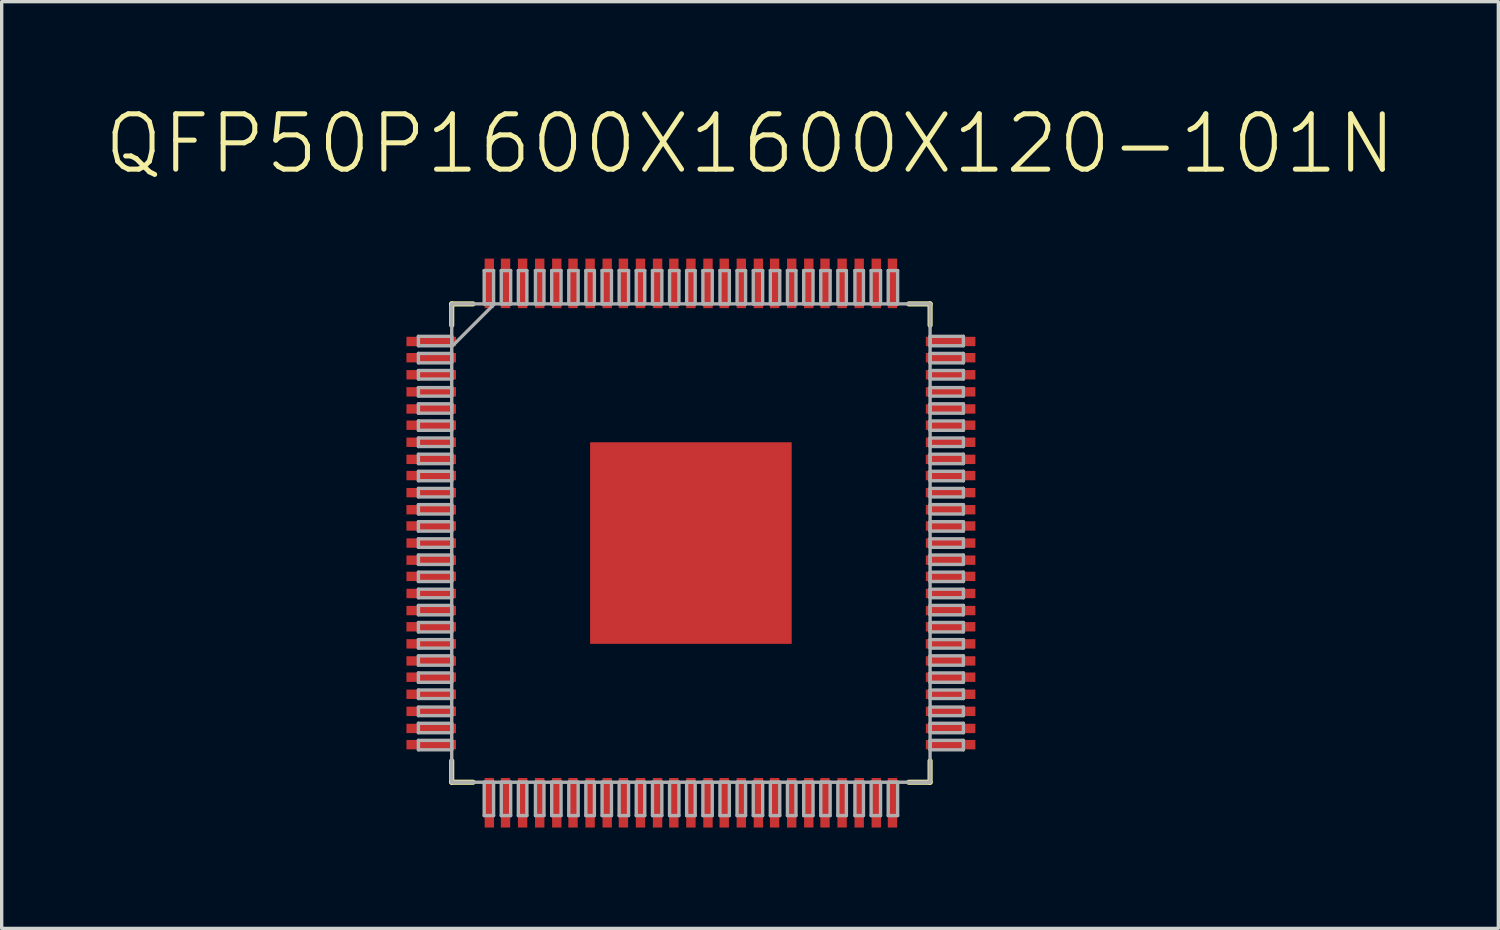
<source format=kicad_pcb>
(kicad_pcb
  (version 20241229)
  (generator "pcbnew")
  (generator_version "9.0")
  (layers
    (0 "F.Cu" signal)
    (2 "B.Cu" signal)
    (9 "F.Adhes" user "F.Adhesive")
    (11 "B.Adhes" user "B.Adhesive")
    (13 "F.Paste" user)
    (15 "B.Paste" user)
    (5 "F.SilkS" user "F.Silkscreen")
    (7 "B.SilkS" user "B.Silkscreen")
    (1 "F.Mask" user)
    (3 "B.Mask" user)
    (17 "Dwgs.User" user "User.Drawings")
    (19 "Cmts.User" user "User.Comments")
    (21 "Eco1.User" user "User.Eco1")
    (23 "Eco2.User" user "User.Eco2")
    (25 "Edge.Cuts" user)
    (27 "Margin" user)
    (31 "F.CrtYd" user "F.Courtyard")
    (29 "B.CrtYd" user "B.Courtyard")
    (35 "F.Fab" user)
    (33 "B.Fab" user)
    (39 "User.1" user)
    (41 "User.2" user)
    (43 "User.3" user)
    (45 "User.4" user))
  (footprint "QFP50P1600X1600X120-101N"
    (layer "F.Cu")
    (at 17.494 13.098)
    (property "Reference" "QFP50P1600X1600X120-101N" (at 1.758 -11.872 0) (layer "F.SilkS") (effects (font (size 1.645 1.645) (thickness 0.15))))
    (attr through_hole)
    (fp_line (start -7.112 -7.112) (end -7.112 -6.477) (stroke (width 0.152) (type solid)) (layer "F.SilkS"))
    (fp_line (start -7.112 6.477) (end -7.112 7.112) (stroke (width 0.152) (type solid)) (layer "F.SilkS"))
    (fp_line (start -7.112 7.112) (end -6.477 7.112) (stroke (width 0.152) (type solid)) (layer "F.SilkS"))
    (fp_line (start -6.477 -7.112) (end -7.112 -7.112) (stroke (width 0.152) (type solid)) (layer "F.SilkS"))
    (fp_line (start 6.477 7.112) (end 7.112 7.112) (stroke (width 0.152) (type solid)) (layer "F.SilkS"))
    (fp_line (start 7.112 -7.112) (end 6.477 -7.112) (stroke (width 0.152) (type solid)) (layer "F.SilkS"))
    (fp_line (start 7.112 -6.477) (end 7.112 -7.112) (stroke (width 0.152) (type solid)) (layer "F.SilkS"))
    (fp_line (start 7.112 7.112) (end 7.112 6.477) (stroke (width 0.152) (type solid)) (layer "F.SilkS"))
    (fp_line (start -8.103 -6.147) (end -8.103 -5.867) (stroke (width 0.1) (type solid)) (layer "F.Fab"))
    (fp_line (start -8.103 -5.867) (end -7.112 -5.867) (stroke (width 0.1) (type solid)) (layer "F.Fab"))
    (fp_line (start -8.103 -5.639) (end -8.103 -5.359) (stroke (width 0.1) (type solid)) (layer "F.Fab"))
    (fp_line (start -8.103 -5.359) (end -7.112 -5.359) (stroke (width 0.1) (type solid)) (layer "F.Fab"))
    (fp_line (start -8.103 -5.131) (end -8.103 -4.877) (stroke (width 0.1) (type solid)) (layer "F.Fab"))
    (fp_line (start -8.103 -4.877) (end -7.112 -4.877) (stroke (width 0.1) (type solid)) (layer "F.Fab"))
    (fp_line (start -8.103 -4.623) (end -8.103 -4.369) (stroke (width 0.1) (type solid)) (layer "F.Fab"))
    (fp_line (start -8.103 -4.369) (end -7.112 -4.369) (stroke (width 0.1) (type solid)) (layer "F.Fab"))
    (fp_line (start -8.103 -4.14) (end -8.103 -3.861) (stroke (width 0.1) (type solid)) (layer "F.Fab"))
    (fp_line (start -8.103 -3.861) (end -7.112 -3.861) (stroke (width 0.1) (type solid)) (layer "F.Fab"))
    (fp_line (start -8.103 -3.632) (end -8.103 -3.353) (stroke (width 0.1) (type solid)) (layer "F.Fab"))
    (fp_line (start -8.103 -3.353) (end -7.112 -3.353) (stroke (width 0.1) (type solid)) (layer "F.Fab"))
    (fp_line (start -8.103 -3.124) (end -8.103 -2.87) (stroke (width 0.1) (type solid)) (layer "F.Fab"))
    (fp_line (start -8.103 -2.87) (end -7.112 -2.87) (stroke (width 0.1) (type solid)) (layer "F.Fab"))
    (fp_line (start -8.103 -2.642) (end -8.103 -2.362) (stroke (width 0.1) (type solid)) (layer "F.Fab"))
    (fp_line (start -8.103 -2.362) (end -7.112 -2.362) (stroke (width 0.1) (type solid)) (layer "F.Fab"))
    (fp_line (start -8.103 -2.134) (end -8.103 -1.854) (stroke (width 0.1) (type solid)) (layer "F.Fab"))
    (fp_line (start -8.103 -1.854) (end -7.112 -1.854) (stroke (width 0.1) (type solid)) (layer "F.Fab"))
    (fp_line (start -8.103 -1.626) (end -8.103 -1.372) (stroke (width 0.1) (type solid)) (layer "F.Fab"))
    (fp_line (start -8.103 -1.372) (end -7.112 -1.372) (stroke (width 0.1) (type solid)) (layer "F.Fab"))
    (fp_line (start -8.103 -1.143) (end -8.103 -0.864) (stroke (width 0.1) (type solid)) (layer "F.Fab"))
    (fp_line (start -8.103 -0.864) (end -7.112 -0.864) (stroke (width 0.1) (type solid)) (layer "F.Fab"))
    (fp_line (start -8.103 -0.635) (end -8.103 -0.356) (stroke (width 0.1) (type solid)) (layer "F.Fab"))
    (fp_line (start -8.103 -0.356) (end -7.112 -0.356) (stroke (width 0.1) (type solid)) (layer "F.Fab"))
    (fp_line (start -8.103 -0.127) (end -8.103 0.127) (stroke (width 0.1) (type solid)) (layer "F.Fab"))
    (fp_line (start -8.103 0.127) (end -7.112 0.127) (stroke (width 0.1) (type solid)) (layer "F.Fab"))
    (fp_line (start -8.103 0.356) (end -8.103 0.635) (stroke (width 0.1) (type solid)) (layer "F.Fab"))
    (fp_line (start -8.103 0.635) (end -7.112 0.635) (stroke (width 0.1) (type solid)) (layer "F.Fab"))
    (fp_line (start -8.103 0.864) (end -8.103 1.143) (stroke (width 0.1) (type solid)) (layer "F.Fab"))
    (fp_line (start -8.103 1.143) (end -7.112 1.143) (stroke (width 0.1) (type solid)) (layer "F.Fab"))
    (fp_line (start -8.103 1.372) (end -8.103 1.626) (stroke (width 0.1) (type solid)) (layer "F.Fab"))
    (fp_line (start -8.103 1.626) (end -7.112 1.626) (stroke (width 0.1) (type solid)) (layer "F.Fab"))
    (fp_line (start -8.103 1.854) (end -8.103 2.134) (stroke (width 0.1) (type solid)) (layer "F.Fab"))
    (fp_line (start -8.103 2.134) (end -7.112 2.134) (stroke (width 0.1) (type solid)) (layer "F.Fab"))
    (fp_line (start -8.103 2.362) (end -8.103 2.642) (stroke (width 0.1) (type solid)) (layer "F.Fab"))
    (fp_line (start -8.103 2.642) (end -7.112 2.642) (stroke (width 0.1) (type solid)) (layer "F.Fab"))
    (fp_line (start -8.103 2.87) (end -8.103 3.124) (stroke (width 0.1) (type solid)) (layer "F.Fab"))
    (fp_line (start -8.103 3.124) (end -7.112 3.124) (stroke (width 0.1) (type solid)) (layer "F.Fab"))
    (fp_line (start -8.103 3.353) (end -8.103 3.632) (stroke (width 0.1) (type solid)) (layer "F.Fab"))
    (fp_line (start -8.103 3.632) (end -7.112 3.632) (stroke (width 0.1) (type solid)) (layer "F.Fab"))
    (fp_line (start -8.103 3.861) (end -8.103 4.14) (stroke (width 0.1) (type solid)) (layer "F.Fab"))
    (fp_line (start -8.103 4.14) (end -7.112 4.14) (stroke (width 0.1) (type solid)) (layer "F.Fab"))
    (fp_line (start -8.103 4.369) (end -8.103 4.623) (stroke (width 0.1) (type solid)) (layer "F.Fab"))
    (fp_line (start -8.103 4.623) (end -7.112 4.623) (stroke (width 0.1) (type solid)) (layer "F.Fab"))
    (fp_line (start -8.103 4.877) (end -8.103 5.131) (stroke (width 0.1) (type solid)) (layer "F.Fab"))
    (fp_line (start -8.103 5.131) (end -7.112 5.131) (stroke (width 0.1) (type solid)) (layer "F.Fab"))
    (fp_line (start -8.103 5.359) (end -8.103 5.639) (stroke (width 0.1) (type solid)) (layer "F.Fab"))
    (fp_line (start -8.103 5.639) (end -7.112 5.639) (stroke (width 0.1) (type solid)) (layer "F.Fab"))
    (fp_line (start -8.103 5.867) (end -8.103 6.147) (stroke (width 0.1) (type solid)) (layer "F.Fab"))
    (fp_line (start -8.103 6.147) (end -7.112 6.147) (stroke (width 0.1) (type solid)) (layer "F.Fab"))
    (fp_line (start -7.112 -7.112) (end -7.112 7.112) (stroke (width 0.1) (type solid)) (layer "F.Fab"))
    (fp_line (start -7.112 -6.147) (end -8.103 -6.147) (stroke (width 0.1) (type solid)) (layer "F.Fab"))
    (fp_line (start -7.112 -5.867) (end -7.112 -6.147) (stroke (width 0.1) (type solid)) (layer "F.Fab"))
    (fp_line (start -7.112 -5.842) (end -5.842 -7.112) (stroke (width 0.1) (type solid)) (layer "F.Fab"))
    (fp_line (start -7.112 -5.639) (end -8.103 -5.639) (stroke (width 0.1) (type solid)) (layer "F.Fab"))
    (fp_line (start -7.112 -5.359) (end -7.112 -5.639) (stroke (width 0.1) (type solid)) (layer "F.Fab"))
    (fp_line (start -7.112 -5.131) (end -8.103 -5.131) (stroke (width 0.1) (type solid)) (layer "F.Fab"))
    (fp_line (start -7.112 -4.877) (end -7.112 -5.131) (stroke (width 0.1) (type solid)) (layer "F.Fab"))
    (fp_line (start -7.112 -4.623) (end -8.103 -4.623) (stroke (width 0.1) (type solid)) (layer "F.Fab"))
    (fp_line (start -7.112 -4.369) (end -7.112 -4.623) (stroke (width 0.1) (type solid)) (layer "F.Fab"))
    (fp_line (start -7.112 -4.14) (end -8.103 -4.14) (stroke (width 0.1) (type solid)) (layer "F.Fab"))
    (fp_line (start -7.112 -3.861) (end -7.112 -4.14) (stroke (width 0.1) (type solid)) (layer "F.Fab"))
    (fp_line (start -7.112 -3.632) (end -8.103 -3.632) (stroke (width 0.1) (type solid)) (layer "F.Fab"))
    (fp_line (start -7.112 -3.353) (end -7.112 -3.632) (stroke (width 0.1) (type solid)) (layer "F.Fab"))
    (fp_line (start -7.112 -3.124) (end -8.103 -3.124) (stroke (width 0.1) (type solid)) (layer "F.Fab"))
    (fp_line (start -7.112 -2.87) (end -7.112 -3.124) (stroke (width 0.1) (type solid)) (layer "F.Fab"))
    (fp_line (start -7.112 -2.642) (end -8.103 -2.642) (stroke (width 0.1) (type solid)) (layer "F.Fab"))
    (fp_line (start -7.112 -2.362) (end -7.112 -2.642) (stroke (width 0.1) (type solid)) (layer "F.Fab"))
    (fp_line (start -7.112 -2.134) (end -8.103 -2.134) (stroke (width 0.1) (type solid)) (layer "F.Fab"))
    (fp_line (start -7.112 -1.854) (end -7.112 -2.134) (stroke (width 0.1) (type solid)) (layer "F.Fab"))
    (fp_line (start -7.112 -1.626) (end -8.103 -1.626) (stroke (width 0.1) (type solid)) (layer "F.Fab"))
    (fp_line (start -7.112 -1.372) (end -7.112 -1.626) (stroke (width 0.1) (type solid)) (layer "F.Fab"))
    (fp_line (start -7.112 -1.143) (end -8.103 -1.143) (stroke (width 0.1) (type solid)) (layer "F.Fab"))
    (fp_line (start -7.112 -0.864) (end -7.112 -1.143) (stroke (width 0.1) (type solid)) (layer "F.Fab"))
    (fp_line (start -7.112 -0.635) (end -8.103 -0.635) (stroke (width 0.1) (type solid)) (layer "F.Fab"))
    (fp_line (start -7.112 -0.356) (end -7.112 -0.635) (stroke (width 0.1) (type solid)) (layer "F.Fab"))
    (fp_line (start -7.112 -0.127) (end -8.103 -0.127) (stroke (width 0.1) (type solid)) (layer "F.Fab"))
    (fp_line (start -7.112 0.127) (end -7.112 -0.127) (stroke (width 0.1) (type solid)) (layer "F.Fab"))
    (fp_line (start -7.112 0.356) (end -8.103 0.356) (stroke (width 0.1) (type solid)) (layer "F.Fab"))
    (fp_line (start -7.112 0.635) (end -7.112 0.356) (stroke (width 0.1) (type solid)) (layer "F.Fab"))
    (fp_line (start -7.112 0.864) (end -8.103 0.864) (stroke (width 0.1) (type solid)) (layer "F.Fab"))
    (fp_line (start -7.112 1.143) (end -7.112 0.864) (stroke (width 0.1) (type solid)) (layer "F.Fab"))
    (fp_line (start -7.112 1.372) (end -8.103 1.372) (stroke (width 0.1) (type solid)) (layer "F.Fab"))
    (fp_line (start -7.112 1.626) (end -7.112 1.372) (stroke (width 0.1) (type solid)) (layer "F.Fab"))
    (fp_line (start -7.112 1.854) (end -8.103 1.854) (stroke (width 0.1) (type solid)) (layer "F.Fab"))
    (fp_line (start -7.112 2.134) (end -7.112 1.854) (stroke (width 0.1) (type solid)) (layer "F.Fab"))
    (fp_line (start -7.112 2.362) (end -8.103 2.362) (stroke (width 0.1) (type solid)) (layer "F.Fab"))
    (fp_line (start -7.112 2.642) (end -7.112 2.362) (stroke (width 0.1) (type solid)) (layer "F.Fab"))
    (fp_line (start -7.112 2.87) (end -8.103 2.87) (stroke (width 0.1) (type solid)) (layer "F.Fab"))
    (fp_line (start -7.112 3.124) (end -7.112 2.87) (stroke (width 0.1) (type solid)) (layer "F.Fab"))
    (fp_line (start -7.112 3.353) (end -8.103 3.353) (stroke (width 0.1) (type solid)) (layer "F.Fab"))
    (fp_line (start -7.112 3.632) (end -7.112 3.353) (stroke (width 0.1) (type solid)) (layer "F.Fab"))
    (fp_line (start -7.112 3.861) (end -8.103 3.861) (stroke (width 0.1) (type solid)) (layer "F.Fab"))
    (fp_line (start -7.112 4.14) (end -7.112 3.861) (stroke (width 0.1) (type solid)) (layer "F.Fab"))
    (fp_line (start -7.112 4.369) (end -8.103 4.369) (stroke (width 0.1) (type solid)) (layer "F.Fab"))
    (fp_line (start -7.112 4.623) (end -7.112 4.369) (stroke (width 0.1) (type solid)) (layer "F.Fab"))
    (fp_line (start -7.112 4.877) (end -8.103 4.877) (stroke (width 0.1) (type solid)) (layer "F.Fab"))
    (fp_line (start -7.112 5.131) (end -7.112 4.877) (stroke (width 0.1) (type solid)) (layer "F.Fab"))
    (fp_line (start -7.112 5.359) (end -8.103 5.359) (stroke (width 0.1) (type solid)) (layer "F.Fab"))
    (fp_line (start -7.112 5.639) (end -7.112 5.359) (stroke (width 0.1) (type solid)) (layer "F.Fab"))
    (fp_line (start -7.112 5.867) (end -8.103 5.867) (stroke (width 0.1) (type solid)) (layer "F.Fab"))
    (fp_line (start -7.112 6.147) (end -7.112 5.867) (stroke (width 0.1) (type solid)) (layer "F.Fab"))
    (fp_line (start -7.112 7.112) (end 7.112 7.112) (stroke (width 0.1) (type solid)) (layer "F.Fab"))
    (fp_line (start -6.147 -8.103) (end -6.147 -7.112) (stroke (width 0.1) (type solid)) (layer "F.Fab"))
    (fp_line (start -6.147 -7.112) (end -5.867 -7.112) (stroke (width 0.1) (type solid)) (layer "F.Fab"))
    (fp_line (start -6.147 7.112) (end -6.147 8.103) (stroke (width 0.1) (type solid)) (layer "F.Fab"))
    (fp_line (start -6.147 8.103) (end -5.867 8.103) (stroke (width 0.1) (type solid)) (layer "F.Fab"))
    (fp_line (start -5.867 -8.103) (end -6.147 -8.103) (stroke (width 0.1) (type solid)) (layer "F.Fab"))
    (fp_line (start -5.867 -7.112) (end -5.867 -8.103) (stroke (width 0.1) (type solid)) (layer "F.Fab"))
    (fp_line (start -5.867 7.112) (end -6.147 7.112) (stroke (width 0.1) (type solid)) (layer "F.Fab"))
    (fp_line (start -5.867 8.103) (end -5.867 7.112) (stroke (width 0.1) (type solid)) (layer "F.Fab"))
    (fp_line (start -5.639 -8.103) (end -5.639 -7.112) (stroke (width 0.1) (type solid)) (layer "F.Fab"))
    (fp_line (start -5.639 -7.112) (end -5.359 -7.112) (stroke (width 0.1) (type solid)) (layer "F.Fab"))
    (fp_line (start -5.639 7.112) (end -5.639 8.103) (stroke (width 0.1) (type solid)) (layer "F.Fab"))
    (fp_line (start -5.639 8.103) (end -5.359 8.103) (stroke (width 0.1) (type solid)) (layer "F.Fab"))
    (fp_line (start -5.359 -8.103) (end -5.639 -8.103) (stroke (width 0.1) (type solid)) (layer "F.Fab"))
    (fp_line (start -5.359 -7.112) (end -5.359 -8.103) (stroke (width 0.1) (type solid)) (layer "F.Fab"))
    (fp_line (start -5.359 7.112) (end -5.639 7.112) (stroke (width 0.1) (type solid)) (layer "F.Fab"))
    (fp_line (start -5.359 8.103) (end -5.359 7.112) (stroke (width 0.1) (type solid)) (layer "F.Fab"))
    (fp_line (start -5.131 -8.103) (end -5.131 -7.112) (stroke (width 0.1) (type solid)) (layer "F.Fab"))
    (fp_line (start -5.131 -7.112) (end -4.877 -7.112) (stroke (width 0.1) (type solid)) (layer "F.Fab"))
    (fp_line (start -5.131 7.112) (end -5.131 8.103) (stroke (width 0.1) (type solid)) (layer "F.Fab"))
    (fp_line (start -5.131 8.103) (end -4.877 8.103) (stroke (width 0.1) (type solid)) (layer "F.Fab"))
    (fp_line (start -4.877 -8.103) (end -5.131 -8.103) (stroke (width 0.1) (type solid)) (layer "F.Fab"))
    (fp_line (start -4.877 -7.112) (end -4.877 -8.103) (stroke (width 0.1) (type solid)) (layer "F.Fab"))
    (fp_line (start -4.877 7.112) (end -5.131 7.112) (stroke (width 0.1) (type solid)) (layer "F.Fab"))
    (fp_line (start -4.877 8.103) (end -4.877 7.112) (stroke (width 0.1) (type solid)) (layer "F.Fab"))
    (fp_line (start -4.623 -8.103) (end -4.623 -7.112) (stroke (width 0.1) (type solid)) (layer "F.Fab"))
    (fp_line (start -4.623 -7.112) (end -4.369 -7.112) (stroke (width 0.1) (type solid)) (layer "F.Fab"))
    (fp_line (start -4.623 7.112) (end -4.623 8.103) (stroke (width 0.1) (type solid)) (layer "F.Fab"))
    (fp_line (start -4.623 8.103) (end -4.369 8.103) (stroke (width 0.1) (type solid)) (layer "F.Fab"))
    (fp_line (start -4.369 -8.103) (end -4.623 -8.103) (stroke (width 0.1) (type solid)) (layer "F.Fab"))
    (fp_line (start -4.369 -7.112) (end -4.369 -8.103) (stroke (width 0.1) (type solid)) (layer "F.Fab"))
    (fp_line (start -4.369 7.112) (end -4.623 7.112) (stroke (width 0.1) (type solid)) (layer "F.Fab"))
    (fp_line (start -4.369 8.103) (end -4.369 7.112) (stroke (width 0.1) (type solid)) (layer "F.Fab"))
    (fp_line (start -4.14 -8.103) (end -4.14 -7.112) (stroke (width 0.1) (type solid)) (layer "F.Fab"))
    (fp_line (start -4.14 -7.112) (end -3.861 -7.112) (stroke (width 0.1) (type solid)) (layer "F.Fab"))
    (fp_line (start -4.14 7.112) (end -4.14 8.103) (stroke (width 0.1) (type solid)) (layer "F.Fab"))
    (fp_line (start -4.14 8.103) (end -3.861 8.103) (stroke (width 0.1) (type solid)) (layer "F.Fab"))
    (fp_line (start -3.861 -8.103) (end -4.14 -8.103) (stroke (width 0.1) (type solid)) (layer "F.Fab"))
    (fp_line (start -3.861 -7.112) (end -3.861 -8.103) (stroke (width 0.1) (type solid)) (layer "F.Fab"))
    (fp_line (start -3.861 7.112) (end -4.14 7.112) (stroke (width 0.1) (type solid)) (layer "F.Fab"))
    (fp_line (start -3.861 8.103) (end -3.861 7.112) (stroke (width 0.1) (type solid)) (layer "F.Fab"))
    (fp_line (start -3.632 -8.103) (end -3.632 -7.112) (stroke (width 0.1) (type solid)) (layer "F.Fab"))
    (fp_line (start -3.632 -7.112) (end -3.353 -7.112) (stroke (width 0.1) (type solid)) (layer "F.Fab"))
    (fp_line (start -3.632 7.112) (end -3.632 8.103) (stroke (width 0.1) (type solid)) (layer "F.Fab"))
    (fp_line (start -3.632 8.103) (end -3.353 8.103) (stroke (width 0.1) (type solid)) (layer "F.Fab"))
    (fp_line (start -3.353 -8.103) (end -3.632 -8.103) (stroke (width 0.1) (type solid)) (layer "F.Fab"))
    (fp_line (start -3.353 -7.112) (end -3.353 -8.103) (stroke (width 0.1) (type solid)) (layer "F.Fab"))
    (fp_line (start -3.353 7.112) (end -3.632 7.112) (stroke (width 0.1) (type solid)) (layer "F.Fab"))
    (fp_line (start -3.353 8.103) (end -3.353 7.112) (stroke (width 0.1) (type solid)) (layer "F.Fab"))
    (fp_line (start -3.124 -8.103) (end -3.124 -7.112) (stroke (width 0.1) (type solid)) (layer "F.Fab"))
    (fp_line (start -3.124 -7.112) (end -2.87 -7.112) (stroke (width 0.1) (type solid)) (layer "F.Fab"))
    (fp_line (start -3.124 7.112) (end -3.124 8.103) (stroke (width 0.1) (type solid)) (layer "F.Fab"))
    (fp_line (start -3.124 8.103) (end -2.87 8.103) (stroke (width 0.1) (type solid)) (layer "F.Fab"))
    (fp_line (start -2.87 -8.103) (end -3.124 -8.103) (stroke (width 0.1) (type solid)) (layer "F.Fab"))
    (fp_line (start -2.87 -7.112) (end -2.87 -8.103) (stroke (width 0.1) (type solid)) (layer "F.Fab"))
    (fp_line (start -2.87 7.112) (end -3.124 7.112) (stroke (width 0.1) (type solid)) (layer "F.Fab"))
    (fp_line (start -2.87 8.103) (end -2.87 7.112) (stroke (width 0.1) (type solid)) (layer "F.Fab"))
    (fp_line (start -2.642 -8.103) (end -2.642 -7.112) (stroke (width 0.1) (type solid)) (layer "F.Fab"))
    (fp_line (start -2.642 -7.112) (end -2.362 -7.112) (stroke (width 0.1) (type solid)) (layer "F.Fab"))
    (fp_line (start -2.642 7.112) (end -2.642 8.103) (stroke (width 0.1) (type solid)) (layer "F.Fab"))
    (fp_line (start -2.642 8.103) (end -2.362 8.103) (stroke (width 0.1) (type solid)) (layer "F.Fab"))
    (fp_line (start -2.362 -8.103) (end -2.642 -8.103) (stroke (width 0.1) (type solid)) (layer "F.Fab"))
    (fp_line (start -2.362 -7.112) (end -2.362 -8.103) (stroke (width 0.1) (type solid)) (layer "F.Fab"))
    (fp_line (start -2.362 7.112) (end -2.642 7.112) (stroke (width 0.1) (type solid)) (layer "F.Fab"))
    (fp_line (start -2.362 8.103) (end -2.362 7.112) (stroke (width 0.1) (type solid)) (layer "F.Fab"))
    (fp_line (start -2.134 -8.103) (end -2.134 -7.112) (stroke (width 0.1) (type solid)) (layer "F.Fab"))
    (fp_line (start -2.134 -7.112) (end -1.854 -7.112) (stroke (width 0.1) (type solid)) (layer "F.Fab"))
    (fp_line (start -2.134 7.112) (end -2.134 8.103) (stroke (width 0.1) (type solid)) (layer "F.Fab"))
    (fp_line (start -2.134 8.103) (end -1.854 8.103) (stroke (width 0.1) (type solid)) (layer "F.Fab"))
    (fp_line (start -1.854 -8.103) (end -2.134 -8.103) (stroke (width 0.1) (type solid)) (layer "F.Fab"))
    (fp_line (start -1.854 -7.112) (end -1.854 -8.103) (stroke (width 0.1) (type solid)) (layer "F.Fab"))
    (fp_line (start -1.854 7.112) (end -2.134 7.112) (stroke (width 0.1) (type solid)) (layer "F.Fab"))
    (fp_line (start -1.854 8.103) (end -1.854 7.112) (stroke (width 0.1) (type solid)) (layer "F.Fab"))
    (fp_line (start -1.626 -8.103) (end -1.626 -7.112) (stroke (width 0.1) (type solid)) (layer "F.Fab"))
    (fp_line (start -1.626 -7.112) (end -1.372 -7.112) (stroke (width 0.1) (type solid)) (layer "F.Fab"))
    (fp_line (start -1.626 7.112) (end -1.626 8.103) (stroke (width 0.1) (type solid)) (layer "F.Fab"))
    (fp_line (start -1.626 8.103) (end -1.372 8.103) (stroke (width 0.1) (type solid)) (layer "F.Fab"))
    (fp_line (start -1.372 -8.103) (end -1.626 -8.103) (stroke (width 0.1) (type solid)) (layer "F.Fab"))
    (fp_line (start -1.372 -7.112) (end -1.372 -8.103) (stroke (width 0.1) (type solid)) (layer "F.Fab"))
    (fp_line (start -1.372 7.112) (end -1.626 7.112) (stroke (width 0.1) (type solid)) (layer "F.Fab"))
    (fp_line (start -1.372 8.103) (end -1.372 7.112) (stroke (width 0.1) (type solid)) (layer "F.Fab"))
    (fp_line (start -1.143 -8.103) (end -1.143 -7.112) (stroke (width 0.1) (type solid)) (layer "F.Fab"))
    (fp_line (start -1.143 -7.112) (end -0.864 -7.112) (stroke (width 0.1) (type solid)) (layer "F.Fab"))
    (fp_line (start -1.143 7.112) (end -1.143 8.103) (stroke (width 0.1) (type solid)) (layer "F.Fab"))
    (fp_line (start -1.143 8.103) (end -0.864 8.103) (stroke (width 0.1) (type solid)) (layer "F.Fab"))
    (fp_line (start -0.864 -8.103) (end -1.143 -8.103) (stroke (width 0.1) (type solid)) (layer "F.Fab"))
    (fp_line (start -0.864 -7.112) (end -0.864 -8.103) (stroke (width 0.1) (type solid)) (layer "F.Fab"))
    (fp_line (start -0.864 7.112) (end -1.143 7.112) (stroke (width 0.1) (type solid)) (layer "F.Fab"))
    (fp_line (start -0.864 8.103) (end -0.864 7.112) (stroke (width 0.1) (type solid)) (layer "F.Fab"))
    (fp_line (start -0.635 -8.103) (end -0.635 -7.112) (stroke (width 0.1) (type solid)) (layer "F.Fab"))
    (fp_line (start -0.635 -7.112) (end -0.356 -7.112) (stroke (width 0.1) (type solid)) (layer "F.Fab"))
    (fp_line (start -0.635 7.112) (end -0.635 8.103) (stroke (width 0.1) (type solid)) (layer "F.Fab"))
    (fp_line (start -0.635 8.103) (end -0.356 8.103) (stroke (width 0.1) (type solid)) (layer "F.Fab"))
    (fp_line (start -0.356 -8.103) (end -0.635 -8.103) (stroke (width 0.1) (type solid)) (layer "F.Fab"))
    (fp_line (start -0.356 -7.112) (end -0.356 -8.103) (stroke (width 0.1) (type solid)) (layer "F.Fab"))
    (fp_line (start -0.356 7.112) (end -0.635 7.112) (stroke (width 0.1) (type solid)) (layer "F.Fab"))
    (fp_line (start -0.356 8.103) (end -0.356 7.112) (stroke (width 0.1) (type solid)) (layer "F.Fab"))
    (fp_line (start -0.127 -8.103) (end -0.127 -7.112) (stroke (width 0.1) (type solid)) (layer "F.Fab"))
    (fp_line (start -0.127 -7.112) (end 0.127 -7.112) (stroke (width 0.1) (type solid)) (layer "F.Fab"))
    (fp_line (start -0.127 7.112) (end -0.127 8.103) (stroke (width 0.1) (type solid)) (layer "F.Fab"))
    (fp_line (start -0.127 8.103) (end 0.127 8.103) (stroke (width 0.1) (type solid)) (layer "F.Fab"))
    (fp_line (start 0.127 -8.103) (end -0.127 -8.103) (stroke (width 0.1) (type solid)) (layer "F.Fab"))
    (fp_line (start 0.127 -7.112) (end 0.127 -8.103) (stroke (width 0.1) (type solid)) (layer "F.Fab"))
    (fp_line (start 0.127 7.112) (end -0.127 7.112) (stroke (width 0.1) (type solid)) (layer "F.Fab"))
    (fp_line (start 0.127 8.103) (end 0.127 7.112) (stroke (width 0.1) (type solid)) (layer "F.Fab"))
    (fp_line (start 0.356 -8.103) (end 0.356 -7.112) (stroke (width 0.1) (type solid)) (layer "F.Fab"))
    (fp_line (start 0.356 -7.112) (end 0.635 -7.112) (stroke (width 0.1) (type solid)) (layer "F.Fab"))
    (fp_line (start 0.356 7.112) (end 0.356 8.103) (stroke (width 0.1) (type solid)) (layer "F.Fab"))
    (fp_line (start 0.356 8.103) (end 0.635 8.103) (stroke (width 0.1) (type solid)) (layer "F.Fab"))
    (fp_line (start 0.635 -8.103) (end 0.356 -8.103) (stroke (width 0.1) (type solid)) (layer "F.Fab"))
    (fp_line (start 0.635 -7.112) (end 0.635 -8.103) (stroke (width 0.1) (type solid)) (layer "F.Fab"))
    (fp_line (start 0.635 7.112) (end 0.356 7.112) (stroke (width 0.1) (type solid)) (layer "F.Fab"))
    (fp_line (start 0.635 8.103) (end 0.635 7.112) (stroke (width 0.1) (type solid)) (layer "F.Fab"))
    (fp_line (start 0.864 -8.103) (end 0.864 -7.112) (stroke (width 0.1) (type solid)) (layer "F.Fab"))
    (fp_line (start 0.864 -7.112) (end 1.143 -7.112) (stroke (width 0.1) (type solid)) (layer "F.Fab"))
    (fp_line (start 0.864 7.112) (end 0.864 8.103) (stroke (width 0.1) (type solid)) (layer "F.Fab"))
    (fp_line (start 0.864 8.103) (end 1.143 8.103) (stroke (width 0.1) (type solid)) (layer "F.Fab"))
    (fp_line (start 1.143 -8.103) (end 0.864 -8.103) (stroke (width 0.1) (type solid)) (layer "F.Fab"))
    (fp_line (start 1.143 -7.112) (end 1.143 -8.103) (stroke (width 0.1) (type solid)) (layer "F.Fab"))
    (fp_line (start 1.143 7.112) (end 0.864 7.112) (stroke (width 0.1) (type solid)) (layer "F.Fab"))
    (fp_line (start 1.143 8.103) (end 1.143 7.112) (stroke (width 0.1) (type solid)) (layer "F.Fab"))
    (fp_line (start 1.372 -8.103) (end 1.372 -7.112) (stroke (width 0.1) (type solid)) (layer "F.Fab"))
    (fp_line (start 1.372 -7.112) (end 1.626 -7.112) (stroke (width 0.1) (type solid)) (layer "F.Fab"))
    (fp_line (start 1.372 7.112) (end 1.372 8.103) (stroke (width 0.1) (type solid)) (layer "F.Fab"))
    (fp_line (start 1.372 8.103) (end 1.626 8.103) (stroke (width 0.1) (type solid)) (layer "F.Fab"))
    (fp_line (start 1.626 -8.103) (end 1.372 -8.103) (stroke (width 0.1) (type solid)) (layer "F.Fab"))
    (fp_line (start 1.626 -7.112) (end 1.626 -8.103) (stroke (width 0.1) (type solid)) (layer "F.Fab"))
    (fp_line (start 1.626 7.112) (end 1.372 7.112) (stroke (width 0.1) (type solid)) (layer "F.Fab"))
    (fp_line (start 1.626 8.103) (end 1.626 7.112) (stroke (width 0.1) (type solid)) (layer "F.Fab"))
    (fp_line (start 1.854 -8.103) (end 1.854 -7.112) (stroke (width 0.1) (type solid)) (layer "F.Fab"))
    (fp_line (start 1.854 -7.112) (end 2.134 -7.112) (stroke (width 0.1) (type solid)) (layer "F.Fab"))
    (fp_line (start 1.854 7.112) (end 1.854 8.103) (stroke (width 0.1) (type solid)) (layer "F.Fab"))
    (fp_line (start 1.854 8.103) (end 2.134 8.103) (stroke (width 0.1) (type solid)) (layer "F.Fab"))
    (fp_line (start 2.134 -8.103) (end 1.854 -8.103) (stroke (width 0.1) (type solid)) (layer "F.Fab"))
    (fp_line (start 2.134 -7.112) (end 2.134 -8.103) (stroke (width 0.1) (type solid)) (layer "F.Fab"))
    (fp_line (start 2.134 7.112) (end 1.854 7.112) (stroke (width 0.1) (type solid)) (layer "F.Fab"))
    (fp_line (start 2.134 8.103) (end 2.134 7.112) (stroke (width 0.1) (type solid)) (layer "F.Fab"))
    (fp_line (start 2.362 -8.103) (end 2.362 -7.112) (stroke (width 0.1) (type solid)) (layer "F.Fab"))
    (fp_line (start 2.362 -7.112) (end 2.642 -7.112) (stroke (width 0.1) (type solid)) (layer "F.Fab"))
    (fp_line (start 2.362 7.112) (end 2.362 8.103) (stroke (width 0.1) (type solid)) (layer "F.Fab"))
    (fp_line (start 2.362 8.103) (end 2.642 8.103) (stroke (width 0.1) (type solid)) (layer "F.Fab"))
    (fp_line (start 2.642 -8.103) (end 2.362 -8.103) (stroke (width 0.1) (type solid)) (layer "F.Fab"))
    (fp_line (start 2.642 -7.112) (end 2.642 -8.103) (stroke (width 0.1) (type solid)) (layer "F.Fab"))
    (fp_line (start 2.642 7.112) (end 2.362 7.112) (stroke (width 0.1) (type solid)) (layer "F.Fab"))
    (fp_line (start 2.642 8.103) (end 2.642 7.112) (stroke (width 0.1) (type solid)) (layer "F.Fab"))
    (fp_line (start 2.87 -8.103) (end 2.87 -7.112) (stroke (width 0.1) (type solid)) (layer "F.Fab"))
    (fp_line (start 2.87 -7.112) (end 3.124 -7.112) (stroke (width 0.1) (type solid)) (layer "F.Fab"))
    (fp_line (start 2.87 7.112) (end 2.87 8.103) (stroke (width 0.1) (type solid)) (layer "F.Fab"))
    (fp_line (start 2.87 8.103) (end 3.124 8.103) (stroke (width 0.1) (type solid)) (layer "F.Fab"))
    (fp_line (start 3.124 -8.103) (end 2.87 -8.103) (stroke (width 0.1) (type solid)) (layer "F.Fab"))
    (fp_line (start 3.124 -7.112) (end 3.124 -8.103) (stroke (width 0.1) (type solid)) (layer "F.Fab"))
    (fp_line (start 3.124 7.112) (end 2.87 7.112) (stroke (width 0.1) (type solid)) (layer "F.Fab"))
    (fp_line (start 3.124 8.103) (end 3.124 7.112) (stroke (width 0.1) (type solid)) (layer "F.Fab"))
    (fp_line (start 3.353 -8.103) (end 3.353 -7.112) (stroke (width 0.1) (type solid)) (layer "F.Fab"))
    (fp_line (start 3.353 -7.112) (end 3.632 -7.112) (stroke (width 0.1) (type solid)) (layer "F.Fab"))
    (fp_line (start 3.353 7.112) (end 3.353 8.103) (stroke (width 0.1) (type solid)) (layer "F.Fab"))
    (fp_line (start 3.353 8.103) (end 3.632 8.103) (stroke (width 0.1) (type solid)) (layer "F.Fab"))
    (fp_line (start 3.632 -8.103) (end 3.353 -8.103) (stroke (width 0.1) (type solid)) (layer "F.Fab"))
    (fp_line (start 3.632 -7.112) (end 3.632 -8.103) (stroke (width 0.1) (type solid)) (layer "F.Fab"))
    (fp_line (start 3.632 7.112) (end 3.353 7.112) (stroke (width 0.1) (type solid)) (layer "F.Fab"))
    (fp_line (start 3.632 8.103) (end 3.632 7.112) (stroke (width 0.1) (type solid)) (layer "F.Fab"))
    (fp_line (start 3.861 -8.103) (end 3.861 -7.112) (stroke (width 0.1) (type solid)) (layer "F.Fab"))
    (fp_line (start 3.861 -7.112) (end 4.14 -7.112) (stroke (width 0.1) (type solid)) (layer "F.Fab"))
    (fp_line (start 3.861 7.112) (end 3.861 8.103) (stroke (width 0.1) (type solid)) (layer "F.Fab"))
    (fp_line (start 3.861 8.103) (end 4.14 8.103) (stroke (width 0.1) (type solid)) (layer "F.Fab"))
    (fp_line (start 4.14 -8.103) (end 3.861 -8.103) (stroke (width 0.1) (type solid)) (layer "F.Fab"))
    (fp_line (start 4.14 -7.112) (end 4.14 -8.103) (stroke (width 0.1) (type solid)) (layer "F.Fab"))
    (fp_line (start 4.14 7.112) (end 3.861 7.112) (stroke (width 0.1) (type solid)) (layer "F.Fab"))
    (fp_line (start 4.14 8.103) (end 4.14 7.112) (stroke (width 0.1) (type solid)) (layer "F.Fab"))
    (fp_line (start 4.369 -8.103) (end 4.369 -7.112) (stroke (width 0.1) (type solid)) (layer "F.Fab"))
    (fp_line (start 4.369 -7.112) (end 4.623 -7.112) (stroke (width 0.1) (type solid)) (layer "F.Fab"))
    (fp_line (start 4.369 7.112) (end 4.369 8.103) (stroke (width 0.1) (type solid)) (layer "F.Fab"))
    (fp_line (start 4.369 8.103) (end 4.623 8.103) (stroke (width 0.1) (type solid)) (layer "F.Fab"))
    (fp_line (start 4.623 -8.103) (end 4.369 -8.103) (stroke (width 0.1) (type solid)) (layer "F.Fab"))
    (fp_line (start 4.623 -7.112) (end 4.623 -8.103) (stroke (width 0.1) (type solid)) (layer "F.Fab"))
    (fp_line (start 4.623 7.112) (end 4.369 7.112) (stroke (width 0.1) (type solid)) (layer "F.Fab"))
    (fp_line (start 4.623 8.103) (end 4.623 7.112) (stroke (width 0.1) (type solid)) (layer "F.Fab"))
    (fp_line (start 4.877 -8.103) (end 4.877 -7.112) (stroke (width 0.1) (type solid)) (layer "F.Fab"))
    (fp_line (start 4.877 -7.112) (end 5.131 -7.112) (stroke (width 0.1) (type solid)) (layer "F.Fab"))
    (fp_line (start 4.877 7.112) (end 4.877 8.103) (stroke (width 0.1) (type solid)) (layer "F.Fab"))
    (fp_line (start 4.877 8.103) (end 5.131 8.103) (stroke (width 0.1) (type solid)) (layer "F.Fab"))
    (fp_line (start 5.131 -8.103) (end 4.877 -8.103) (stroke (width 0.1) (type solid)) (layer "F.Fab"))
    (fp_line (start 5.131 -7.112) (end 5.131 -8.103) (stroke (width 0.1) (type solid)) (layer "F.Fab"))
    (fp_line (start 5.131 7.112) (end 4.877 7.112) (stroke (width 0.1) (type solid)) (layer "F.Fab"))
    (fp_line (start 5.131 8.103) (end 5.131 7.112) (stroke (width 0.1) (type solid)) (layer "F.Fab"))
    (fp_line (start 5.359 -8.103) (end 5.359 -7.112) (stroke (width 0.1) (type solid)) (layer "F.Fab"))
    (fp_line (start 5.359 -7.112) (end 5.639 -7.112) (stroke (width 0.1) (type solid)) (layer "F.Fab"))
    (fp_line (start 5.359 7.112) (end 5.359 8.103) (stroke (width 0.1) (type solid)) (layer "F.Fab"))
    (fp_line (start 5.359 8.103) (end 5.639 8.103) (stroke (width 0.1) (type solid)) (layer "F.Fab"))
    (fp_line (start 5.639 -8.103) (end 5.359 -8.103) (stroke (width 0.1) (type solid)) (layer "F.Fab"))
    (fp_line (start 5.639 -7.112) (end 5.639 -8.103) (stroke (width 0.1) (type solid)) (layer "F.Fab"))
    (fp_line (start 5.639 7.112) (end 5.359 7.112) (stroke (width 0.1) (type solid)) (layer "F.Fab"))
    (fp_line (start 5.639 8.103) (end 5.639 7.112) (stroke (width 0.1) (type solid)) (layer "F.Fab"))
    (fp_line (start 5.867 -8.103) (end 5.867 -7.112) (stroke (width 0.1) (type solid)) (layer "F.Fab"))
    (fp_line (start 5.867 -7.112) (end 6.147 -7.112) (stroke (width 0.1) (type solid)) (layer "F.Fab"))
    (fp_line (start 5.867 7.112) (end 5.867 8.103) (stroke (width 0.1) (type solid)) (layer "F.Fab"))
    (fp_line (start 5.867 8.103) (end 6.147 8.103) (stroke (width 0.1) (type solid)) (layer "F.Fab"))
    (fp_line (start 6.147 -8.103) (end 5.867 -8.103) (stroke (width 0.1) (type solid)) (layer "F.Fab"))
    (fp_line (start 6.147 -7.112) (end 6.147 -8.103) (stroke (width 0.1) (type solid)) (layer "F.Fab"))
    (fp_line (start 6.147 7.112) (end 5.867 7.112) (stroke (width 0.1) (type solid)) (layer "F.Fab"))
    (fp_line (start 6.147 8.103) (end 6.147 7.112) (stroke (width 0.1) (type solid)) (layer "F.Fab"))
    (fp_line (start 7.112 -7.112) (end -7.112 -7.112) (stroke (width 0.1) (type solid)) (layer "F.Fab"))
    (fp_line (start 7.112 -6.147) (end 7.112 -5.867) (stroke (width 0.1) (type solid)) (layer "F.Fab"))
    (fp_line (start 7.112 -5.867) (end 8.103 -5.867) (stroke (width 0.1) (type solid)) (layer "F.Fab"))
    (fp_line (start 7.112 -5.639) (end 7.112 -5.359) (stroke (width 0.1) (type solid)) (layer "F.Fab"))
    (fp_line (start 7.112 -5.359) (end 8.103 -5.359) (stroke (width 0.1) (type solid)) (layer "F.Fab"))
    (fp_line (start 7.112 -5.131) (end 7.112 -4.877) (stroke (width 0.1) (type solid)) (layer "F.Fab"))
    (fp_line (start 7.112 -4.877) (end 8.103 -4.877) (stroke (width 0.1) (type solid)) (layer "F.Fab"))
    (fp_line (start 7.112 -4.623) (end 7.112 -4.369) (stroke (width 0.1) (type solid)) (layer "F.Fab"))
    (fp_line (start 7.112 -4.369) (end 8.103 -4.369) (stroke (width 0.1) (type solid)) (layer "F.Fab"))
    (fp_line (start 7.112 -4.14) (end 7.112 -3.861) (stroke (width 0.1) (type solid)) (layer "F.Fab"))
    (fp_line (start 7.112 -3.861) (end 8.103 -3.861) (stroke (width 0.1) (type solid)) (layer "F.Fab"))
    (fp_line (start 7.112 -3.632) (end 7.112 -3.353) (stroke (width 0.1) (type solid)) (layer "F.Fab"))
    (fp_line (start 7.112 -3.353) (end 8.103 -3.353) (stroke (width 0.1) (type solid)) (layer "F.Fab"))
    (fp_line (start 7.112 -3.124) (end 7.112 -2.87) (stroke (width 0.1) (type solid)) (layer "F.Fab"))
    (fp_line (start 7.112 -2.87) (end 8.103 -2.87) (stroke (width 0.1) (type solid)) (layer "F.Fab"))
    (fp_line (start 7.112 -2.642) (end 7.112 -2.362) (stroke (width 0.1) (type solid)) (layer "F.Fab"))
    (fp_line (start 7.112 -2.362) (end 8.103 -2.362) (stroke (width 0.1) (type solid)) (layer "F.Fab"))
    (fp_line (start 7.112 -2.134) (end 7.112 -1.854) (stroke (width 0.1) (type solid)) (layer "F.Fab"))
    (fp_line (start 7.112 -1.854) (end 8.103 -1.854) (stroke (width 0.1) (type solid)) (layer "F.Fab"))
    (fp_line (start 7.112 -1.626) (end 7.112 -1.372) (stroke (width 0.1) (type solid)) (layer "F.Fab"))
    (fp_line (start 7.112 -1.372) (end 8.103 -1.372) (stroke (width 0.1) (type solid)) (layer "F.Fab"))
    (fp_line (start 7.112 -1.143) (end 7.112 -0.864) (stroke (width 0.1) (type solid)) (layer "F.Fab"))
    (fp_line (start 7.112 -0.864) (end 8.103 -0.864) (stroke (width 0.1) (type solid)) (layer "F.Fab"))
    (fp_line (start 7.112 -0.635) (end 7.112 -0.356) (stroke (width 0.1) (type solid)) (layer "F.Fab"))
    (fp_line (start 7.112 -0.356) (end 8.103 -0.356) (stroke (width 0.1) (type solid)) (layer "F.Fab"))
    (fp_line (start 7.112 -0.127) (end 7.112 0.127) (stroke (width 0.1) (type solid)) (layer "F.Fab"))
    (fp_line (start 7.112 0.127) (end 8.103 0.127) (stroke (width 0.1) (type solid)) (layer "F.Fab"))
    (fp_line (start 7.112 0.356) (end 7.112 0.635) (stroke (width 0.1) (type solid)) (layer "F.Fab"))
    (fp_line (start 7.112 0.635) (end 8.103 0.635) (stroke (width 0.1) (type solid)) (layer "F.Fab"))
    (fp_line (start 7.112 0.864) (end 7.112 1.143) (stroke (width 0.1) (type solid)) (layer "F.Fab"))
    (fp_line (start 7.112 1.143) (end 8.103 1.143) (stroke (width 0.1) (type solid)) (layer "F.Fab"))
    (fp_line (start 7.112 1.372) (end 7.112 1.626) (stroke (width 0.1) (type solid)) (layer "F.Fab"))
    (fp_line (start 7.112 1.626) (end 8.103 1.626) (stroke (width 0.1) (type solid)) (layer "F.Fab"))
    (fp_line (start 7.112 1.854) (end 7.112 2.134) (stroke (width 0.1) (type solid)) (layer "F.Fab"))
    (fp_line (start 7.112 2.134) (end 8.103 2.134) (stroke (width 0.1) (type solid)) (layer "F.Fab"))
    (fp_line (start 7.112 2.362) (end 7.112 2.642) (stroke (width 0.1) (type solid)) (layer "F.Fab"))
    (fp_line (start 7.112 2.642) (end 8.103 2.642) (stroke (width 0.1) (type solid)) (layer "F.Fab"))
    (fp_line (start 7.112 2.87) (end 7.112 3.124) (stroke (width 0.1) (type solid)) (layer "F.Fab"))
    (fp_line (start 7.112 3.124) (end 8.103 3.124) (stroke (width 0.1) (type solid)) (layer "F.Fab"))
    (fp_line (start 7.112 3.353) (end 7.112 3.632) (stroke (width 0.1) (type solid)) (layer "F.Fab"))
    (fp_line (start 7.112 3.632) (end 8.103 3.632) (stroke (width 0.1) (type solid)) (layer "F.Fab"))
    (fp_line (start 7.112 3.861) (end 7.112 4.14) (stroke (width 0.1) (type solid)) (layer "F.Fab"))
    (fp_line (start 7.112 4.14) (end 8.103 4.14) (stroke (width 0.1) (type solid)) (layer "F.Fab"))
    (fp_line (start 7.112 4.369) (end 7.112 4.623) (stroke (width 0.1) (type solid)) (layer "F.Fab"))
    (fp_line (start 7.112 4.623) (end 8.103 4.623) (stroke (width 0.1) (type solid)) (layer "F.Fab"))
    (fp_line (start 7.112 4.877) (end 7.112 5.131) (stroke (width 0.1) (type solid)) (layer "F.Fab"))
    (fp_line (start 7.112 5.131) (end 8.103 5.131) (stroke (width 0.1) (type solid)) (layer "F.Fab"))
    (fp_line (start 7.112 5.359) (end 7.112 5.639) (stroke (width 0.1) (type solid)) (layer "F.Fab"))
    (fp_line (start 7.112 5.639) (end 8.103 5.639) (stroke (width 0.1) (type solid)) (layer "F.Fab"))
    (fp_line (start 7.112 5.867) (end 7.112 6.147) (stroke (width 0.1) (type solid)) (layer "F.Fab"))
    (fp_line (start 7.112 6.147) (end 8.103 6.147) (stroke (width 0.1) (type solid)) (layer "F.Fab"))
    (fp_line (start 7.112 7.112) (end 7.112 -7.112) (stroke (width 0.1) (type solid)) (layer "F.Fab"))
    (fp_line (start 8.103 -6.147) (end 7.112 -6.147) (stroke (width 0.1) (type solid)) (layer "F.Fab"))
    (fp_line (start 8.103 -5.867) (end 8.103 -6.147) (stroke (width 0.1) (type solid)) (layer "F.Fab"))
    (fp_line (start 8.103 -5.639) (end 7.112 -5.639) (stroke (width 0.1) (type solid)) (layer "F.Fab"))
    (fp_line (start 8.103 -5.359) (end 8.103 -5.639) (stroke (width 0.1) (type solid)) (layer "F.Fab"))
    (fp_line (start 8.103 -5.131) (end 7.112 -5.131) (stroke (width 0.1) (type solid)) (layer "F.Fab"))
    (fp_line (start 8.103 -4.877) (end 8.103 -5.131) (stroke (width 0.1) (type solid)) (layer "F.Fab"))
    (fp_line (start 8.103 -4.623) (end 7.112 -4.623) (stroke (width 0.1) (type solid)) (layer "F.Fab"))
    (fp_line (start 8.103 -4.369) (end 8.103 -4.623) (stroke (width 0.1) (type solid)) (layer "F.Fab"))
    (fp_line (start 8.103 -4.14) (end 7.112 -4.14) (stroke (width 0.1) (type solid)) (layer "F.Fab"))
    (fp_line (start 8.103 -3.861) (end 8.103 -4.14) (stroke (width 0.1) (type solid)) (layer "F.Fab"))
    (fp_line (start 8.103 -3.632) (end 7.112 -3.632) (stroke (width 0.1) (type solid)) (layer "F.Fab"))
    (fp_line (start 8.103 -3.353) (end 8.103 -3.632) (stroke (width 0.1) (type solid)) (layer "F.Fab"))
    (fp_line (start 8.103 -3.124) (end 7.112 -3.124) (stroke (width 0.1) (type solid)) (layer "F.Fab"))
    (fp_line (start 8.103 -2.87) (end 8.103 -3.124) (stroke (width 0.1) (type solid)) (layer "F.Fab"))
    (fp_line (start 8.103 -2.642) (end 7.112 -2.642) (stroke (width 0.1) (type solid)) (layer "F.Fab"))
    (fp_line (start 8.103 -2.362) (end 8.103 -2.642) (stroke (width 0.1) (type solid)) (layer "F.Fab"))
    (fp_line (start 8.103 -2.134) (end 7.112 -2.134) (stroke (width 0.1) (type solid)) (layer "F.Fab"))
    (fp_line (start 8.103 -1.854) (end 8.103 -2.134) (stroke (width 0.1) (type solid)) (layer "F.Fab"))
    (fp_line (start 8.103 -1.626) (end 7.112 -1.626) (stroke (width 0.1) (type solid)) (layer "F.Fab"))
    (fp_line (start 8.103 -1.372) (end 8.103 -1.626) (stroke (width 0.1) (type solid)) (layer "F.Fab"))
    (fp_line (start 8.103 -1.143) (end 7.112 -1.143) (stroke (width 0.1) (type solid)) (layer "F.Fab"))
    (fp_line (start 8.103 -0.864) (end 8.103 -1.143) (stroke (width 0.1) (type solid)) (layer "F.Fab"))
    (fp_line (start 8.103 -0.635) (end 7.112 -0.635) (stroke (width 0.1) (type solid)) (layer "F.Fab"))
    (fp_line (start 8.103 -0.356) (end 8.103 -0.635) (stroke (width 0.1) (type solid)) (layer "F.Fab"))
    (fp_line (start 8.103 -0.127) (end 7.112 -0.127) (stroke (width 0.1) (type solid)) (layer "F.Fab"))
    (fp_line (start 8.103 0.127) (end 8.103 -0.127) (stroke (width 0.1) (type solid)) (layer "F.Fab"))
    (fp_line (start 8.103 0.356) (end 7.112 0.356) (stroke (width 0.1) (type solid)) (layer "F.Fab"))
    (fp_line (start 8.103 0.635) (end 8.103 0.356) (stroke (width 0.1) (type solid)) (layer "F.Fab"))
    (fp_line (start 8.103 0.864) (end 7.112 0.864) (stroke (width 0.1) (type solid)) (layer "F.Fab"))
    (fp_line (start 8.103 1.143) (end 8.103 0.864) (stroke (width 0.1) (type solid)) (layer "F.Fab"))
    (fp_line (start 8.103 1.372) (end 7.112 1.372) (stroke (width 0.1) (type solid)) (layer "F.Fab"))
    (fp_line (start 8.103 1.626) (end 8.103 1.372) (stroke (width 0.1) (type solid)) (layer "F.Fab"))
    (fp_line (start 8.103 1.854) (end 7.112 1.854) (stroke (width 0.1) (type solid)) (layer "F.Fab"))
    (fp_line (start 8.103 2.134) (end 8.103 1.854) (stroke (width 0.1) (type solid)) (layer "F.Fab"))
    (fp_line (start 8.103 2.362) (end 7.112 2.362) (stroke (width 0.1) (type solid)) (layer "F.Fab"))
    (fp_line (start 8.103 2.642) (end 8.103 2.362) (stroke (width 0.1) (type solid)) (layer "F.Fab"))
    (fp_line (start 8.103 2.87) (end 7.112 2.87) (stroke (width 0.1) (type solid)) (layer "F.Fab"))
    (fp_line (start 8.103 3.124) (end 8.103 2.87) (stroke (width 0.1) (type solid)) (layer "F.Fab"))
    (fp_line (start 8.103 3.353) (end 7.112 3.353) (stroke (width 0.1) (type solid)) (layer "F.Fab"))
    (fp_line (start 8.103 3.632) (end 8.103 3.353) (stroke (width 0.1) (type solid)) (layer "F.Fab"))
    (fp_line (start 8.103 3.861) (end 7.112 3.861) (stroke (width 0.1) (type solid)) (layer "F.Fab"))
    (fp_line (start 8.103 4.14) (end 8.103 3.861) (stroke (width 0.1) (type solid)) (layer "F.Fab"))
    (fp_line (start 8.103 4.369) (end 7.112 4.369) (stroke (width 0.1) (type solid)) (layer "F.Fab"))
    (fp_line (start 8.103 4.623) (end 8.103 4.369) (stroke (width 0.1) (type solid)) (layer "F.Fab"))
    (fp_line (start 8.103 4.877) (end 7.112 4.877) (stroke (width 0.1) (type solid)) (layer "F.Fab"))
    (fp_line (start 8.103 5.131) (end 8.103 4.877) (stroke (width 0.1) (type solid)) (layer "F.Fab"))
    (fp_line (start 8.103 5.359) (end 7.112 5.359) (stroke (width 0.1) (type solid)) (layer "F.Fab"))
    (fp_line (start 8.103 5.639) (end 8.103 5.359) (stroke (width 0.1) (type solid)) (layer "F.Fab"))
    (fp_line (start 8.103 5.867) (end 7.112 5.867) (stroke (width 0.1) (type solid)) (layer "F.Fab"))
    (fp_line (start 8.103 6.147) (end 8.103 5.867) (stroke (width 0.1) (type solid)) (layer "F.Fab"))
    (pad "1" smd rect (at -7.722 -5.994) (size 1.473 0.279) (layers "F.Cu" "F.Mask" "F.Paste"))
    (pad "2" smd rect (at -7.722 -5.512) (size 1.473 0.279) (layers "F.Cu" "F.Mask" "F.Paste"))
    (pad "3" smd rect (at -7.722 -5.004) (size 1.473 0.279) (layers "F.Cu" "F.Mask" "F.Paste"))
    (pad "4" smd rect (at -7.722 -4.496) (size 1.473 0.279) (layers "F.Cu" "F.Mask" "F.Paste"))
    (pad "5" smd rect (at -7.722 -3.988) (size 1.473 0.279) (layers "F.Cu" "F.Mask" "F.Paste"))
    (pad "6" smd rect (at -7.722 -3.505) (size 1.473 0.279) (layers "F.Cu" "F.Mask" "F.Paste"))
    (pad "7" smd rect (at -7.722 -2.997) (size 1.473 0.279) (layers "F.Cu" "F.Mask" "F.Paste"))
    (pad "8" smd rect (at -7.722 -2.489) (size 1.473 0.279) (layers "F.Cu" "F.Mask" "F.Paste"))
    (pad "9" smd rect (at -7.722 -2.007) (size 1.473 0.279) (layers "F.Cu" "F.Mask" "F.Paste"))
    (pad "10" smd rect (at -7.722 -1.499) (size 1.473 0.279) (layers "F.Cu" "F.Mask" "F.Paste"))
    (pad "11" smd rect (at -7.722 -0.991) (size 1.473 0.279) (layers "F.Cu" "F.Mask" "F.Paste"))
    (pad "12" smd rect (at -7.722 -0.508) (size 1.473 0.279) (layers "F.Cu" "F.Mask" "F.Paste"))
    (pad "13" smd rect (at -7.722 0) (size 1.473 0.279) (layers "F.Cu" "F.Mask" "F.Paste"))
    (pad "14" smd rect (at -7.722 0.508) (size 1.473 0.279) (layers "F.Cu" "F.Mask" "F.Paste"))
    (pad "15" smd rect (at -7.722 0.991) (size 1.473 0.279) (layers "F.Cu" "F.Mask" "F.Paste"))
    (pad "16" smd rect (at -7.722 1.499) (size 1.473 0.279) (layers "F.Cu" "F.Mask" "F.Paste"))
    (pad "17" smd rect (at -7.722 2.007) (size 1.473 0.279) (layers "F.Cu" "F.Mask" "F.Paste"))
    (pad "18" smd rect (at -7.722 2.489) (size 1.473 0.279) (layers "F.Cu" "F.Mask" "F.Paste"))
    (pad "19" smd rect (at -7.722 2.997) (size 1.473 0.279) (layers "F.Cu" "F.Mask" "F.Paste"))
    (pad "20" smd rect (at -7.722 3.505) (size 1.473 0.279) (layers "F.Cu" "F.Mask" "F.Paste"))
    (pad "21" smd rect (at -7.722 3.988) (size 1.473 0.279) (layers "F.Cu" "F.Mask" "F.Paste"))
    (pad "22" smd rect (at -7.722 4.496) (size 1.473 0.279) (layers "F.Cu" "F.Mask" "F.Paste"))
    (pad "23" smd rect (at -7.722 5.004) (size 1.473 0.279) (layers "F.Cu" "F.Mask" "F.Paste"))
    (pad "24" smd rect (at -7.722 5.512) (size 1.473 0.279) (layers "F.Cu" "F.Mask" "F.Paste"))
    (pad "25" smd rect (at -7.722 5.994) (size 1.473 0.279) (layers "F.Cu" "F.Mask" "F.Paste"))
    (pad "26" smd rect (at -5.994 7.722) (size 0.279 1.473) (layers "F.Cu" "F.Mask" "F.Paste"))
    (pad "27" smd rect (at -5.512 7.722) (size 0.279 1.473) (layers "F.Cu" "F.Mask" "F.Paste"))
    (pad "28" smd rect (at -5.004 7.722) (size 0.279 1.473) (layers "F.Cu" "F.Mask" "F.Paste"))
    (pad "29" smd rect (at -4.496 7.722) (size 0.279 1.473) (layers "F.Cu" "F.Mask" "F.Paste"))
    (pad "30" smd rect (at -3.988 7.722) (size 0.279 1.473) (layers "F.Cu" "F.Mask" "F.Paste"))
    (pad "31" smd rect (at -3.505 7.722) (size 0.279 1.473) (layers "F.Cu" "F.Mask" "F.Paste"))
    (pad "32" smd rect (at -2.997 7.722) (size 0.279 1.473) (layers "F.Cu" "F.Mask" "F.Paste"))
    (pad "33" smd rect (at -2.489 7.722) (size 0.279 1.473) (layers "F.Cu" "F.Mask" "F.Paste"))
    (pad "34" smd rect (at -2.007 7.722) (size 0.279 1.473) (layers "F.Cu" "F.Mask" "F.Paste"))
    (pad "35" smd rect (at -1.499 7.722) (size 0.279 1.473) (layers "F.Cu" "F.Mask" "F.Paste"))
    (pad "36" smd rect (at -0.991 7.722) (size 0.279 1.473) (layers "F.Cu" "F.Mask" "F.Paste"))
    (pad "37" smd rect (at -0.508 7.722) (size 0.279 1.473) (layers "F.Cu" "F.Mask" "F.Paste"))
    (pad "38" smd rect (at 0 7.722) (size 0.279 1.473) (layers "F.Cu" "F.Mask" "F.Paste"))
    (pad "39" smd rect (at 0.508 7.722) (size 0.279 1.473) (layers "F.Cu" "F.Mask" "F.Paste"))
    (pad "40" smd rect (at 0.991 7.722) (size 0.279 1.473) (layers "F.Cu" "F.Mask" "F.Paste"))
    (pad "41" smd rect (at 1.499 7.722) (size 0.279 1.473) (layers "F.Cu" "F.Mask" "F.Paste"))
    (pad "42" smd rect (at 2.007 7.722) (size 0.279 1.473) (layers "F.Cu" "F.Mask" "F.Paste"))
    (pad "43" smd rect (at 2.489 7.722) (size 0.279 1.473) (layers "F.Cu" "F.Mask" "F.Paste"))
    (pad "44" smd rect (at 2.997 7.722) (size 0.279 1.473) (layers "F.Cu" "F.Mask" "F.Paste"))
    (pad "45" smd rect (at 3.505 7.722) (size 0.279 1.473) (layers "F.Cu" "F.Mask" "F.Paste"))
    (pad "46" smd rect (at 3.988 7.722) (size 0.279 1.473) (layers "F.Cu" "F.Mask" "F.Paste"))
    (pad "47" smd rect (at 4.496 7.722) (size 0.279 1.473) (layers "F.Cu" "F.Mask" "F.Paste"))
    (pad "48" smd rect (at 5.004 7.722) (size 0.279 1.473) (layers "F.Cu" "F.Mask" "F.Paste"))
    (pad "49" smd rect (at 5.512 7.722) (size 0.279 1.473) (layers "F.Cu" "F.Mask" "F.Paste"))
    (pad "50" smd rect (at 5.994 7.722) (size 0.279 1.473) (layers "F.Cu" "F.Mask" "F.Paste"))
    (pad "51" smd rect (at 7.722 5.994) (size 1.473 0.279) (layers "F.Cu" "F.Mask" "F.Paste"))
    (pad "52" smd rect (at 7.722 5.512) (size 1.473 0.279) (layers "F.Cu" "F.Mask" "F.Paste"))
    (pad "53" smd rect (at 7.722 5.004) (size 1.473 0.279) (layers "F.Cu" "F.Mask" "F.Paste"))
    (pad "54" smd rect (at 7.722 4.496) (size 1.473 0.279) (layers "F.Cu" "F.Mask" "F.Paste"))
    (pad "55" smd rect (at 7.722 3.988) (size 1.473 0.279) (layers "F.Cu" "F.Mask" "F.Paste"))
    (pad "56" smd rect (at 7.722 3.505) (size 1.473 0.279) (layers "F.Cu" "F.Mask" "F.Paste"))
    (pad "57" smd rect (at 7.722 2.997) (size 1.473 0.279) (layers "F.Cu" "F.Mask" "F.Paste"))
    (pad "58" smd rect (at 7.722 2.489) (size 1.473 0.279) (layers "F.Cu" "F.Mask" "F.Paste"))
    (pad "59" smd rect (at 7.722 2.007) (size 1.473 0.279) (layers "F.Cu" "F.Mask" "F.Paste"))
    (pad "60" smd rect (at 7.722 1.499) (size 1.473 0.279) (layers "F.Cu" "F.Mask" "F.Paste"))
    (pad "61" smd rect (at 7.722 0.991) (size 1.473 0.279) (layers "F.Cu" "F.Mask" "F.Paste"))
    (pad "62" smd rect (at 7.722 0.508) (size 1.473 0.279) (layers "F.Cu" "F.Mask" "F.Paste"))
    (pad "63" smd rect (at 7.722 0) (size 1.473 0.279) (layers "F.Cu" "F.Mask" "F.Paste"))
    (pad "64" smd rect (at 7.722 -0.508) (size 1.473 0.279) (layers "F.Cu" "F.Mask" "F.Paste"))
    (pad "65" smd rect (at 7.722 -0.991) (size 1.473 0.279) (layers "F.Cu" "F.Mask" "F.Paste"))
    (pad "66" smd rect (at 7.722 -1.499) (size 1.473 0.279) (layers "F.Cu" "F.Mask" "F.Paste"))
    (pad "67" smd rect (at 7.722 -2.007) (size 1.473 0.279) (layers "F.Cu" "F.Mask" "F.Paste"))
    (pad "68" smd rect (at 7.722 -2.489) (size 1.473 0.279) (layers "F.Cu" "F.Mask" "F.Paste"))
    (pad "69" smd rect (at 7.722 -2.997) (size 1.473 0.279) (layers "F.Cu" "F.Mask" "F.Paste"))
    (pad "70" smd rect (at 7.722 -3.505) (size 1.473 0.279) (layers "F.Cu" "F.Mask" "F.Paste"))
    (pad "71" smd rect (at 7.722 -3.988) (size 1.473 0.279) (layers "F.Cu" "F.Mask" "F.Paste"))
    (pad "72" smd rect (at 7.722 -4.496) (size 1.473 0.279) (layers "F.Cu" "F.Mask" "F.Paste"))
    (pad "73" smd rect (at 7.722 -5.004) (size 1.473 0.279) (layers "F.Cu" "F.Mask" "F.Paste"))
    (pad "74" smd rect (at 7.722 -5.512) (size 1.473 0.279) (layers "F.Cu" "F.Mask" "F.Paste"))
    (pad "75" smd rect (at 7.722 -5.994) (size 1.473 0.279) (layers "F.Cu" "F.Mask" "F.Paste"))
    (pad "76" smd rect (at 5.994 -7.722) (size 0.279 1.473) (layers "F.Cu" "F.Mask" "F.Paste"))
    (pad "77" smd rect (at 5.512 -7.722) (size 0.279 1.473) (layers "F.Cu" "F.Mask" "F.Paste"))
    (pad "78" smd rect (at 5.004 -7.722) (size 0.279 1.473) (layers "F.Cu" "F.Mask" "F.Paste"))
    (pad "79" smd rect (at 4.496 -7.722) (size 0.279 1.473) (layers "F.Cu" "F.Mask" "F.Paste"))
    (pad "80" smd rect (at 3.988 -7.722) (size 0.279 1.473) (layers "F.Cu" "F.Mask" "F.Paste"))
    (pad "81" smd rect (at 3.505 -7.722) (size 0.279 1.473) (layers "F.Cu" "F.Mask" "F.Paste"))
    (pad "82" smd rect (at 2.997 -7.722) (size 0.279 1.473) (layers "F.Cu" "F.Mask" "F.Paste"))
    (pad "83" smd rect (at 2.489 -7.722) (size 0.279 1.473) (layers "F.Cu" "F.Mask" "F.Paste"))
    (pad "84" smd rect (at 2.007 -7.722) (size 0.279 1.473) (layers "F.Cu" "F.Mask" "F.Paste"))
    (pad "85" smd rect (at 1.499 -7.722) (size 0.279 1.473) (layers "F.Cu" "F.Mask" "F.Paste"))
    (pad "86" smd rect (at 0.991 -7.722) (size 0.279 1.473) (layers "F.Cu" "F.Mask" "F.Paste"))
    (pad "87" smd rect (at 0.508 -7.722) (size 0.279 1.473) (layers "F.Cu" "F.Mask" "F.Paste"))
    (pad "88" smd rect (at 0 -7.722) (size 0.279 1.473) (layers "F.Cu" "F.Mask" "F.Paste"))
    (pad "89" smd rect (at -0.508 -7.722) (size 0.279 1.473) (layers "F.Cu" "F.Mask" "F.Paste"))
    (pad "90" smd rect (at -0.991 -7.722) (size 0.279 1.473) (layers "F.Cu" "F.Mask" "F.Paste"))
    (pad "91" smd rect (at -1.499 -7.722) (size 0.279 1.473) (layers "F.Cu" "F.Mask" "F.Paste"))
    (pad "92" smd rect (at -2.007 -7.722) (size 0.279 1.473) (layers "F.Cu" "F.Mask" "F.Paste"))
    (pad "93" smd rect (at -2.489 -7.722) (size 0.279 1.473) (layers "F.Cu" "F.Mask" "F.Paste"))
    (pad "94" smd rect (at -2.997 -7.722) (size 0.279 1.473) (layers "F.Cu" "F.Mask" "F.Paste"))
    (pad "95" smd rect (at -3.505 -7.722) (size 0.279 1.473) (layers "F.Cu" "F.Mask" "F.Paste"))
    (pad "96" smd rect (at -3.988 -7.722) (size 0.279 1.473) (layers "F.Cu" "F.Mask" "F.Paste"))
    (pad "97" smd rect (at -4.496 -7.722) (size 0.279 1.473) (layers "F.Cu" "F.Mask" "F.Paste"))
    (pad "98" smd rect (at -5.004 -7.722) (size 0.279 1.473) (layers "F.Cu" "F.Mask" "F.Paste"))
    (pad "99" smd rect (at -5.512 -7.722) (size 0.279 1.473) (layers "F.Cu" "F.Mask" "F.Paste"))
    (pad "100" smd rect (at -5.994 -7.722) (size 0.279 1.473) (layers "F.Cu" "F.Mask" "F.Paste"))
    (pad "101" smd rect (at 0 0) (size 5.994 5.994) (layers "F.Cu" "F.Mask" "F.Paste")))
  (gr_rect
    (start -3 -3)
    (end 41.503 24.556)
    (stroke (width 0.1) (type default))
    (fill no)
    (layer "Edge.Cuts")))
</source>
